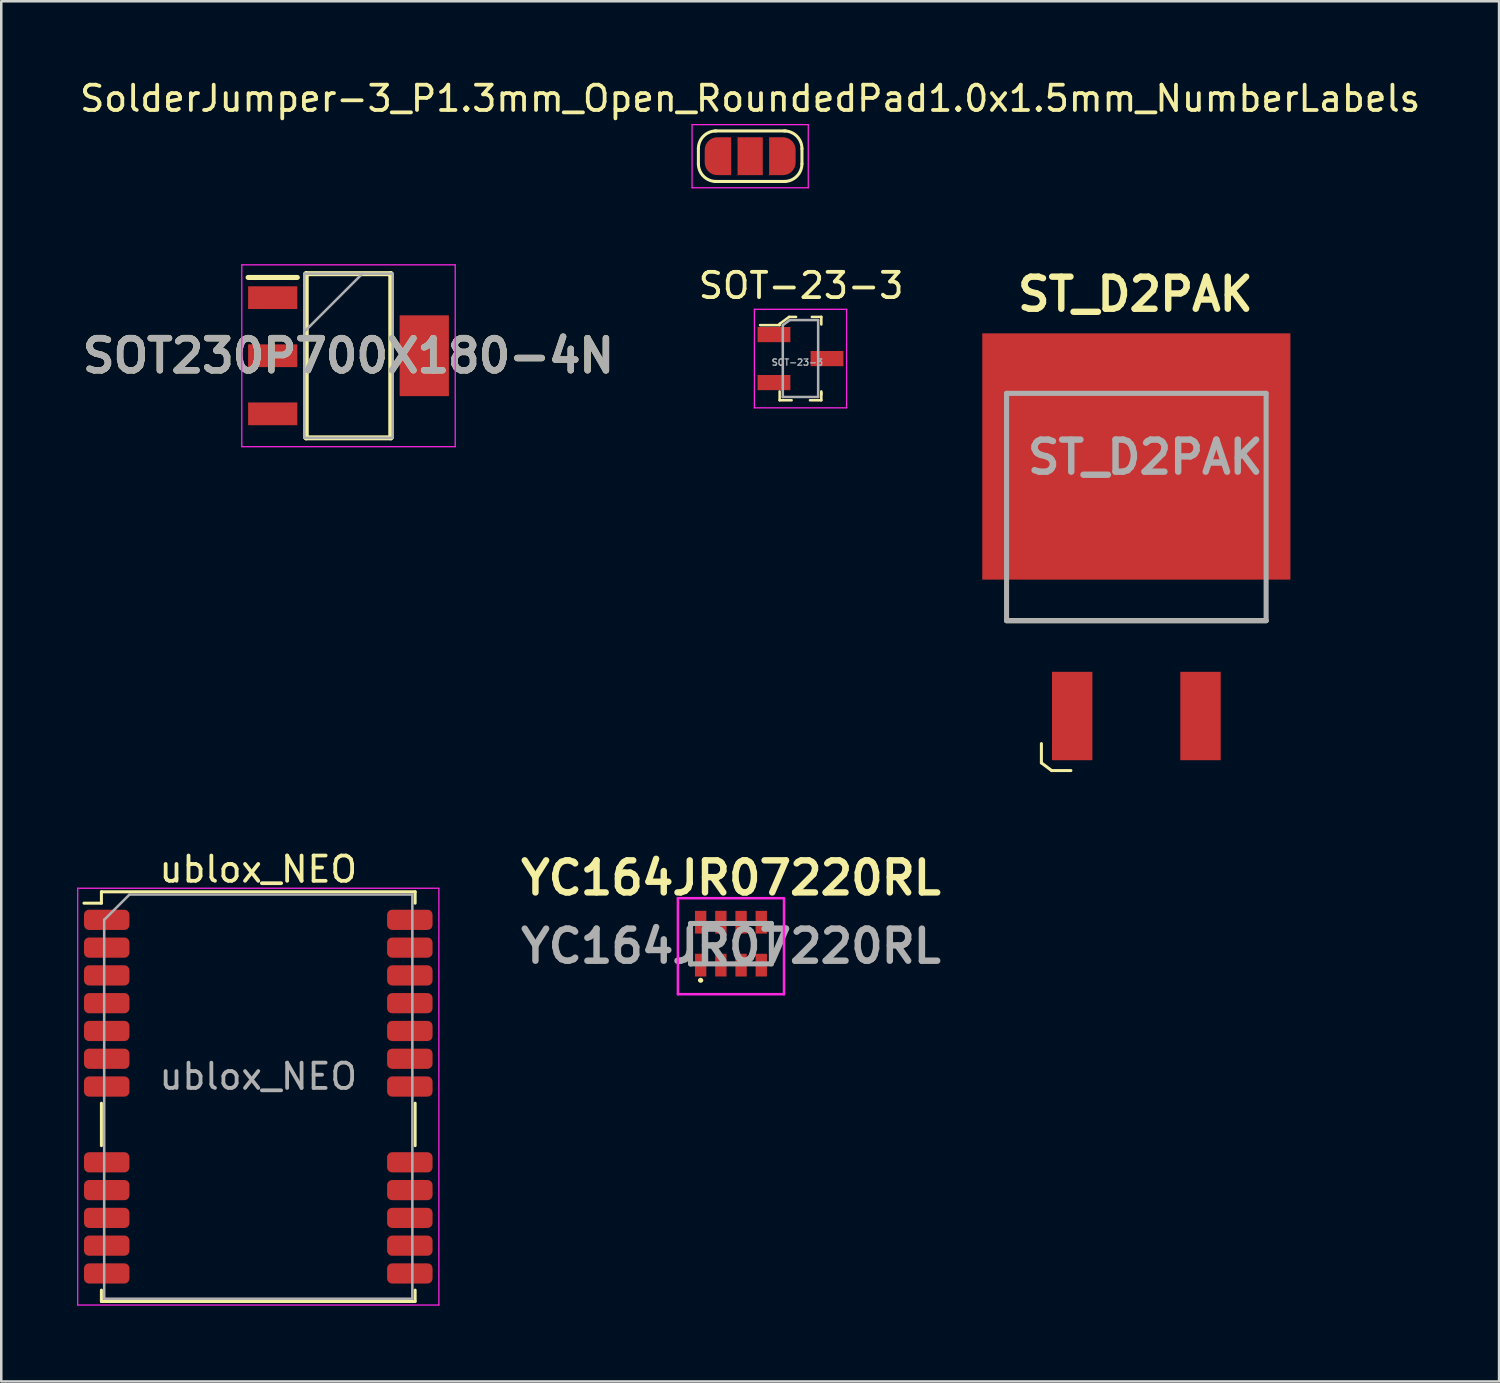
<source format=kicad_pcb>
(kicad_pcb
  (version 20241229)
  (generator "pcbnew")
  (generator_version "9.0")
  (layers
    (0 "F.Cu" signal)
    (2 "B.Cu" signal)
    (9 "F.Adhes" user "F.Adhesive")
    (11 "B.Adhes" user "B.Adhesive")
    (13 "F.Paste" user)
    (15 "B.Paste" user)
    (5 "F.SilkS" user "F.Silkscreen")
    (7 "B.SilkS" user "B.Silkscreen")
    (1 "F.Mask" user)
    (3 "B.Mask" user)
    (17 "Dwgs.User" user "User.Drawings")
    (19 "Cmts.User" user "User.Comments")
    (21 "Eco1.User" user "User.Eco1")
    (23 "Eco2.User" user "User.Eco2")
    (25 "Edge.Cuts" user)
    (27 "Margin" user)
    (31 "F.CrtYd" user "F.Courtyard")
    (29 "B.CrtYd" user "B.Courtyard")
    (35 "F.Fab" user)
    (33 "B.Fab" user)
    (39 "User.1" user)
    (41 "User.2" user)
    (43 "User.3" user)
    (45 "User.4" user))
  (footprint "SOT-23-3"
    (layer "F.Cu")
    (at 28.641 11.146)
    (property "Reference" "SOT-23-3" (at 0.025 -2.888 0) (layer "F.SilkS") (effects (font (size 1 1) (thickness 0.15))))
    (attr smd)
    (fp_line (start -0.825 -1.375) (end -0.825 -1.325) (stroke (width 0.1) (type solid)) (layer "F.SilkS"))
    (fp_line (start -0.825 -1.325) (end -1.6 -1.325) (stroke (width 0.1) (type solid)) (layer "F.SilkS"))
    (fp_line (start -0.825 1.65) (end -0.825 1.3) (stroke (width 0.1) (type solid)) (layer "F.SilkS"))
    (fp_line (start -0.45 -1.65) (end -0.825 -1.375) (stroke (width 0.1) (type solid)) (layer "F.SilkS"))
    (fp_line (start -0.35 1.65) (end -0.825 1.65) (stroke (width 0.1) (type solid)) (layer "F.SilkS"))
    (fp_line (start -0.175 -1.65) (end -0.45 -1.65) (stroke (width 0.1) (type solid)) (layer "F.SilkS"))
    (fp_line (start 0.45 -1.65) (end 0.825 -1.65) (stroke (width 0.1) (type solid)) (layer "F.SilkS"))
    (fp_line (start 0.825 -1.65) (end 0.825 -1.35) (stroke (width 0.1) (type solid)) (layer "F.SilkS"))
    (fp_line (start 0.825 1.35) (end 0.825 1.65) (stroke (width 0.1) (type solid)) (layer "F.SilkS"))
    (fp_line (start 0.825 1.425) (end 0.825 1.3) (stroke (width 0.1) (type solid)) (layer "F.SilkS"))
    (fp_line (start 0.825 1.65) (end 0.375 1.65) (stroke (width 0.1) (type solid)) (layer "F.SilkS"))
    (fp_line (start -1.825 -1.95) (end -1.825 1.95) (stroke (width 0.05) (type solid)) (layer "F.CrtYd"))
    (fp_line (start -1.825 -1.95) (end 1.825 -1.95) (stroke (width 0.05) (type solid)) (layer "F.CrtYd"))
    (fp_line (start 1.825 -1.95) (end 1.825 1.95) (stroke (width 0.05) (type solid)) (layer "F.CrtYd"))
    (fp_line (start 1.825 1.95) (end -1.825 1.95) (stroke (width 0.05) (type solid)) (layer "F.CrtYd"))
    (fp_line (start -0.7 -1.325) (end -0.7 1.525) (stroke (width 0.1) (type solid)) (layer "F.Fab"))
    (fp_line (start -0.7 1.52) (end 0.7 1.52) (stroke (width 0.1) (type solid)) (layer "F.Fab"))
    (fp_line (start -0.425 -1.525) (end -0.7 -1.325) (stroke (width 0.1) (type solid)) (layer "F.Fab"))
    (fp_line (start -0.425 -1.525) (end 0.7 -1.525) (stroke (width 0.1) (type solid)) (layer "F.Fab"))
    (fp_line (start 0.7 1.52) (end 0.7 -1.52) (stroke (width 0.1) (type solid)) (layer "F.Fab"))
    (fp_text user "${REFERENCE}" (at -0.125 0.15 0) (layer "F.Fab") (effects (font (size 0.25 0.25) (thickness 0.05))))
    (pad "1" smd rect (at -1.05 -0.95) (size 1.3 0.6) (layers "F.Cu" "F.Mask" "F.Paste"))
    (pad "2" smd rect (at -1.05 0.95) (size 1.3 0.6) (layers "F.Cu" "F.Mask" "F.Paste"))
    (pad "3" smd rect (at 1.05 0) (size 1.3 0.6) (layers "F.Cu" "F.Mask" "F.Paste")))
  (footprint "ublox_NEO"
    (layer "F.Cu")
    (at 7.175 40.366)
    (property "Reference" "ublox_NEO" (at 0 -9 0) (layer "F.SilkS") (effects (font (size 1 1) (thickness 0.15))))
    (attr smd)
    (fp_line (start -6.9 -7.66) (end -6.21 -7.66) (stroke (width 0.12) (type solid)) (layer "F.SilkS"))
    (fp_line (start -6.21 -8.11) (end -6.21 -7.66) (stroke (width 0.12) (type solid)) (layer "F.SilkS"))
    (fp_line (start -6.21 -8.11) (end 6.21 -8.11) (stroke (width 0.12) (type solid)) (layer "F.SilkS"))
    (fp_line (start -6.21 0.26) (end -6.21 1.94) (stroke (width 0.12) (type solid)) (layer "F.SilkS"))
    (fp_line (start -6.21 7.66) (end -6.21 8.11) (stroke (width 0.12) (type solid)) (layer "F.SilkS"))
    (fp_line (start -6.21 8.11) (end 6.21 8.11) (stroke (width 0.12) (type solid)) (layer "F.SilkS"))
    (fp_line (start 6.21 -8.11) (end 6.21 -7.66) (stroke (width 0.12) (type solid)) (layer "F.SilkS"))
    (fp_line (start 6.21 0.26) (end 6.21 1.94) (stroke (width 0.12) (type solid)) (layer "F.SilkS"))
    (fp_line (start 6.21 7.66) (end 6.21 8.1) (stroke (width 0.12) (type solid)) (layer "F.SilkS"))
    (fp_line (start -7.15 -8.25) (end -7.15 8.25) (stroke (width 0.05) (type solid)) (layer "F.CrtYd"))
    (fp_line (start -7.15 -8.25) (end 7.15 -8.25) (stroke (width 0.05) (type solid)) (layer "F.CrtYd"))
    (fp_line (start -7.15 8.25) (end 7.15 8.25) (stroke (width 0.05) (type solid)) (layer "F.CrtYd"))
    (fp_line (start 7.15 -8.25) (end 7.15 8.25) (stroke (width 0.05) (type solid)) (layer "F.CrtYd"))
    (fp_line (start -6.1 -7) (end -6.1 8) (stroke (width 0.1) (type solid)) (layer "F.Fab"))
    (fp_line (start -6.1 8) (end 6.1 8) (stroke (width 0.1) (type solid)) (layer "F.Fab"))
    (fp_line (start -5.1 -8) (end -6.1 -7) (stroke (width 0.1) (type solid)) (layer "F.Fab"))
    (fp_line (start -5.1 -8) (end 6.1 -8) (stroke (width 0.1) (type solid)) (layer "F.Fab"))
    (fp_line (start 6.1 -8) (end 6.1 8) (stroke (width 0.1) (type solid)) (layer "F.Fab"))
    (fp_text user "${REFERENCE}" (at 0 -0.8 0) (layer "F.Fab") (effects (font (size 1 1) (thickness 0.15))))
    (pad "1" smd roundrect (at -6 -7) (size 1.8 0.8) (layers "F.Cu" "F.Mask" "F.Paste") (roundrect_rratio 0.25))
    (pad "2" smd roundrect (at -6 -5.9) (size 1.8 0.8) (layers "F.Cu" "F.Mask" "F.Paste") (roundrect_rratio 0.25))
    (pad "3" smd roundrect (at -6 -4.8) (size 1.8 0.8) (layers "F.Cu" "F.Mask" "F.Paste") (roundrect_rratio 0.25))
    (pad "4" smd roundrect (at -6 -3.7) (size 1.8 0.8) (layers "F.Cu" "F.Mask" "F.Paste") (roundrect_rratio 0.25))
    (pad "5" smd roundrect (at -6 -2.6) (size 1.8 0.8) (layers "F.Cu" "F.Mask" "F.Paste") (roundrect_rratio 0.25))
    (pad "6" smd roundrect (at -6 -1.5) (size 1.8 0.8) (layers "F.Cu" "F.Mask" "F.Paste") (roundrect_rratio 0.25))
    (pad "7" smd roundrect (at -6 -0.4) (size 1.8 0.8) (layers "F.Cu" "F.Mask" "F.Paste") (roundrect_rratio 0.25))
    (pad "8" smd roundrect (at -6 2.6) (size 1.8 0.8) (layers "F.Cu" "F.Mask" "F.Paste") (roundrect_rratio 0.25))
    (pad "9" smd roundrect (at -6 3.7) (size 1.8 0.8) (layers "F.Cu" "F.Mask" "F.Paste") (roundrect_rratio 0.25))
    (pad "10" smd roundrect (at -6 4.8) (size 1.8 0.8) (layers "F.Cu" "F.Mask" "F.Paste") (roundrect_rratio 0.25))
    (pad "11" smd roundrect (at -6 5.9) (size 1.8 0.8) (layers "F.Cu" "F.Mask" "F.Paste") (roundrect_rratio 0.25))
    (pad "12" smd roundrect (at -6 7) (size 1.8 0.8) (layers "F.Cu" "F.Mask" "F.Paste") (roundrect_rratio 0.25))
    (pad "13" smd roundrect (at 6 7) (size 1.8 0.8) (layers "F.Cu" "F.Mask" "F.Paste") (roundrect_rratio 0.25))
    (pad "14" smd roundrect (at 6 5.9) (size 1.8 0.8) (layers "F.Cu" "F.Mask" "F.Paste") (roundrect_rratio 0.25))
    (pad "15" smd roundrect (at 6 4.8) (size 1.8 0.8) (layers "F.Cu" "F.Mask" "F.Paste") (roundrect_rratio 0.25))
    (pad "16" smd roundrect (at 6 3.7) (size 1.8 0.8) (layers "F.Cu" "F.Mask" "F.Paste") (roundrect_rratio 0.25))
    (pad "17" smd roundrect (at 6 2.6) (size 1.8 0.8) (layers "F.Cu" "F.Mask" "F.Paste") (roundrect_rratio 0.25))
    (pad "18" smd roundrect (at 6 -0.4) (size 1.8 0.8) (layers "F.Cu" "F.Mask" "F.Paste") (roundrect_rratio 0.25))
    (pad "19" smd roundrect (at 6 -1.5) (size 1.8 0.8) (layers "F.Cu" "F.Mask" "F.Paste") (roundrect_rratio 0.25))
    (pad "20" smd roundrect (at 6 -2.6) (size 1.8 0.8) (layers "F.Cu" "F.Mask" "F.Paste") (roundrect_rratio 0.25))
    (pad "21" smd roundrect (at 6 -3.7) (size 1.8 0.8) (layers "F.Cu" "F.Mask" "F.Paste") (roundrect_rratio 0.25))
    (pad "22" smd roundrect (at 6 -4.8) (size 1.8 0.8) (layers "F.Cu" "F.Mask" "F.Paste") (roundrect_rratio 0.25))
    (pad "23" smd roundrect (at 6 -5.9) (size 1.8 0.8) (layers "F.Cu" "F.Mask" "F.Paste") (roundrect_rratio 0.25))
    (pad "24" smd roundrect (at 6 -7) (size 1.8 0.8) (layers "F.Cu" "F.Mask" "F.Paste") (roundrect_rratio 0.25)))
  (footprint "ST_D2PAK"
    (layer "F.Cu")
    (at 41.938 12.522)
    (property "Reference" "ST_D2PAK" (at -0.038 -3.924 0) (layer "F.SilkS") (effects (font (size 1.27 1.27) (thickness 0.254))))
    (attr smd)
    (fp_line (start -5.138 9) (end 5.138 9) (stroke (width 0.2) (type solid)) (layer "F.SilkS"))
    (fp_line (start -3.759 13.868) (end -3.759 14.63) (stroke (width 0.12) (type solid)) (layer "F.SilkS"))
    (fp_line (start -3.759 14.63) (end -3.353 14.935) (stroke (width 0.12) (type solid)) (layer "F.SilkS"))
    (fp_line (start -3.353 14.935) (end -2.591 14.935) (stroke (width 0.12) (type solid)) (layer "F.SilkS"))
    (fp_line (start -5.138 0) (end 5.138 0) (stroke (width 0.2) (type solid)) (layer "F.Fab"))
    (fp_line (start -5.138 9) (end -5.138 0) (stroke (width 0.2) (type solid)) (layer "F.Fab"))
    (fp_line (start 5.138 0) (end 5.138 9) (stroke (width 0.2) (type solid)) (layer "F.Fab"))
    (fp_line (start 5.138 9) (end -5.138 9) (stroke (width 0.2) (type solid)) (layer "F.Fab"))
    (fp_text user "${REFERENCE}" (at 0.356 2.527 0) (layer "F.Fab") (effects (font (size 1.27 1.27) (thickness 0.254))))
    (pad "1" smd rect (at -2.54 12.775) (size 1.6 3.5) (layers "F.Cu" "F.Mask" "F.Paste"))
    (pad "2" smd rect (at 2.54 12.775) (size 1.6 3.5) (layers "F.Cu" "F.Mask" "F.Paste"))
    (pad "3" smd rect (at 0 2.5 90) (size 9.75 12.2) (layers "F.Cu" "F.Mask" "F.Paste")))
  (footprint "SolderJumper-3_P1.3mm_Open_RoundedPad1.0x1.5mm_NumberLabels"
    (layer "F.Cu")
    (at 26.649 3.134)
    (property "Reference" "SolderJumper-3_P1.3mm_Open_RoundedPad1.0x1.5mm_NumberLabels" (at 0 -2.286 0) (layer "F.SilkS") (effects (font (size 1 1) (thickness 0.15))))
    (attr exclude_from_pos_files exclude_from_bom)
    (fp_line (start -2.05 0.3) (end -2.05 -0.3) (stroke (width 0.12) (type solid)) (layer "F.SilkS"))
    (fp_line (start -1.4 -1) (end 1.4 -1) (stroke (width 0.12) (type solid)) (layer "F.SilkS"))
    (fp_line (start 1.4 1) (end -1.4 1) (stroke (width 0.12) (type solid)) (layer "F.SilkS"))
    (fp_line (start 2.05 -0.3) (end 2.05 0.3) (stroke (width 0.12) (type solid)) (layer "F.SilkS"))
    (fp_arc (start -2.05 -0.3) (mid -1.844975 -0.794975) (end -1.35 -1) (stroke (width 0.12) (type solid)) (layer "F.SilkS"))
    (fp_arc (start -1.35 1) (mid -1.844975 0.794975) (end -2.05 0.3) (stroke (width 0.12) (type solid)) (layer "F.SilkS"))
    (fp_arc (start 1.35 -1) (mid 1.844975 -0.794975) (end 2.05 -0.3) (stroke (width 0.12) (type solid)) (layer "F.SilkS"))
    (fp_arc (start 2.05 0.3) (mid 1.844975 0.794975) (end 1.35 1) (stroke (width 0.12) (type solid)) (layer "F.SilkS"))
    (fp_line (start -2.3 -1.25) (end -2.3 1.25) (stroke (width 0.05) (type solid)) (layer "F.CrtYd"))
    (fp_line (start -2.3 -1.25) (end 2.3 -1.25) (stroke (width 0.05) (type solid)) (layer "F.CrtYd"))
    (fp_line (start 2.3 1.25) (end -2.3 1.25) (stroke (width 0.05) (type solid)) (layer "F.CrtYd"))
    (fp_line (start 2.3 1.25) (end 2.3 -1.25) (stroke (width 0.05) (type solid)) (layer "F.CrtYd"))
    (pad "1" smd custom (at -1.3 0) (size 1 0.5) (layers "F.Cu" "F.Mask") (options (anchor rect)) (primitives (gr_circle (center 0 0.25) (end 0.5 0.25) (width 0) (fill yes)) (gr_circle (center 0 -0.25) (end 0.5 -0.25) (width 0) (fill yes)) (gr_poly (pts (xy 0.55 -0.75) (xy 0 -0.75) (xy 0 0.75) (xy 0.55 0.75)) (width 0) (fill yes))))
    (pad "2" smd rect (at 0 0) (size 1 1.5) (layers "F.Cu" "F.Mask"))
    (pad "3" smd custom (at 1.3 0) (size 1 0.5) (layers "F.Cu" "F.Mask") (options (anchor rect)) (primitives (gr_circle (center 0 0.25) (end 0.5 0.25) (width 0) (fill yes)) (gr_circle (center 0 -0.25) (end 0.5 -0.25) (width 0) (fill yes)) (gr_poly (pts (xy -0.55 -0.75) (xy 0 -0.75) (xy 0 0.75) (xy -0.55 0.75)) (width 0) (fill yes)))))
  (footprint "YC164JR07220RL"
    (layer "F.Cu")
    (at 25.889 34.31)
    (property "Reference" "YC164JR07220RL" (at 0 -2.603 180) (layer "F.SilkS") (effects (font (size 1.27 1.27) (thickness 0.254))))
    (attr smd)
    (fp_line (start -1.6 -0.8) (end -1.6 0.85) (stroke (width 0.1) (type solid)) (layer "F.SilkS"))
    (fp_line (start -1.25 1.45) (end -1.25 1.45) (stroke (width 0.1) (type solid)) (layer "F.SilkS"))
    (fp_line (start -1.15 1.45) (end -1.15 1.45) (stroke (width 0.1) (type solid)) (layer "F.SilkS"))
    (fp_line (start 1.6 -0.85) (end 1.6 0.8) (stroke (width 0.1) (type solid)) (layer "F.SilkS"))
    (fp_arc (start -1.25 1.45) (mid -1.2 1.4) (end -1.15 1.45) (stroke (width 0.1) (type solid)) (layer "F.SilkS"))
    (fp_arc (start -1.15 1.45) (mid -1.2 1.5) (end -1.25 1.45) (stroke (width 0.1) (type solid)) (layer "F.SilkS"))
    (fp_line (start -2.1 -1.8) (end 2.1 -1.8) (stroke (width 0.1) (type solid)) (layer "F.CrtYd"))
    (fp_line (start -2.1 2) (end -2.1 -1.8) (stroke (width 0.1) (type solid)) (layer "F.CrtYd"))
    (fp_line (start 2.1 -1.8) (end 2.1 2) (stroke (width 0.1) (type solid)) (layer "F.CrtYd"))
    (fp_line (start 2.1 2) (end -2.1 2) (stroke (width 0.1) (type solid)) (layer "F.CrtYd"))
    (fp_line (start -1.6 -0.8) (end 1.6 -0.8) (stroke (width 0.2) (type solid)) (layer "F.Fab"))
    (fp_line (start -1.6 0.8) (end -1.6 -0.8) (stroke (width 0.2) (type solid)) (layer "F.Fab"))
    (fp_line (start 1.6 -0.8) (end 1.6 0.8) (stroke (width 0.2) (type solid)) (layer "F.Fab"))
    (fp_line (start 1.6 0.8) (end -1.6 0.8) (stroke (width 0.2) (type solid)) (layer "F.Fab"))
    (fp_text user "${REFERENCE}" (at 0 0.1 180) (layer "F.Fab") (effects (font (size 1.27 1.27) (thickness 0.254))))
    (pad "1" smd rect (at -1.2 0.85) (size 0.45 0.9) (layers "F.Cu" "F.Mask" "F.Paste"))
    (pad "2" smd rect (at -0.4 0.85) (size 0.45 0.9) (layers "F.Cu" "F.Mask" "F.Paste"))
    (pad "3" smd rect (at 0.4 0.85) (size 0.45 0.9) (layers "F.Cu" "F.Mask" "F.Paste"))
    (pad "4" smd rect (at 1.2 0.85) (size 0.45 0.9) (layers "F.Cu" "F.Mask" "F.Paste"))
    (pad "5" smd rect (at 1.2 -0.85) (size 0.45 0.9) (layers "F.Cu" "F.Mask" "F.Paste"))
    (pad "6" smd rect (at 0.4 -0.85) (size 0.45 0.9) (layers "F.Cu" "F.Mask" "F.Paste"))
    (pad "7" smd rect (at -0.4 -0.85) (size 0.45 0.9) (layers "F.Cu" "F.Mask" "F.Paste"))
    (pad "8" smd rect (at -1.2 -0.85) (size 0.45 0.9) (layers "F.Cu" "F.Mask" "F.Paste")))
  (footprint "SOT230P700X180-4N"
    (layer "F.Cu")
    (at 10.747 11.034)
    (property "Reference" "SOT230P700X180-4N" (at 0 0 180) (layer "F.SilkS") (effects (font (size 1.27 1.27) (thickness 0.254))))
    (attr smd)
    (fp_line (start -3.975 -3.1) (end -2.025 -3.1) (stroke (width 0.2) (type solid)) (layer "F.SilkS"))
    (fp_line (start -1.675 -3.25) (end 1.675 -3.25) (stroke (width 0.2) (type solid)) (layer "F.SilkS"))
    (fp_line (start -1.675 3.25) (end -1.675 -3.25) (stroke (width 0.2) (type solid)) (layer "F.SilkS"))
    (fp_line (start 1.675 -3.25) (end 1.675 3.25) (stroke (width 0.2) (type solid)) (layer "F.SilkS"))
    (fp_line (start 1.675 3.25) (end -1.675 3.25) (stroke (width 0.2) (type solid)) (layer "F.SilkS"))
    (fp_line (start -4.225 -3.6) (end 4.225 -3.6) (stroke (width 0.05) (type solid)) (layer "F.CrtYd"))
    (fp_line (start -4.225 3.6) (end -4.225 -3.6) (stroke (width 0.05) (type solid)) (layer "F.CrtYd"))
    (fp_line (start 4.225 -3.6) (end 4.225 3.6) (stroke (width 0.05) (type solid)) (layer "F.CrtYd"))
    (fp_line (start 4.225 3.6) (end -4.225 3.6) (stroke (width 0.05) (type solid)) (layer "F.CrtYd"))
    (fp_line (start -1.75 -3.25) (end 1.75 -3.25) (stroke (width 0.1) (type solid)) (layer "F.Fab"))
    (fp_line (start -1.75 -0.95) (end 0.55 -3.25) (stroke (width 0.1) (type solid)) (layer "F.Fab"))
    (fp_line (start -1.75 3.25) (end -1.75 -3.25) (stroke (width 0.1) (type solid)) (layer "F.Fab"))
    (fp_line (start 1.75 -3.25) (end 1.75 3.25) (stroke (width 0.1) (type solid)) (layer "F.Fab"))
    (fp_line (start 1.75 3.25) (end -1.75 3.25) (stroke (width 0.1) (type solid)) (layer "F.Fab"))
    (fp_text user "${REFERENCE}" (at 0 0 180) (layer "F.Fab") (effects (font (size 1.27 1.27) (thickness 0.254))))
    (pad "1" smd rect (at -3 -2.3 90) (size 0.9 1.95) (layers "F.Cu" "F.Mask" "F.Paste"))
    (pad "2" smd rect (at -3 0 90) (size 0.9 1.95) (layers "F.Cu" "F.Mask" "F.Paste"))
    (pad "3" smd rect (at -3 2.3 90) (size 0.9 1.95) (layers "F.Cu" "F.Mask" "F.Paste"))
    (pad "4" smd rect (at 3 0) (size 1.95 3.2) (layers "F.Cu" "F.Mask" "F.Paste")))
  (gr_rect
    (start -3 -3)
    (end 56.298 51.641)
    (stroke (width 0.1) (type default))
    (fill no)
    (layer "Edge.Cuts")))
</source>
